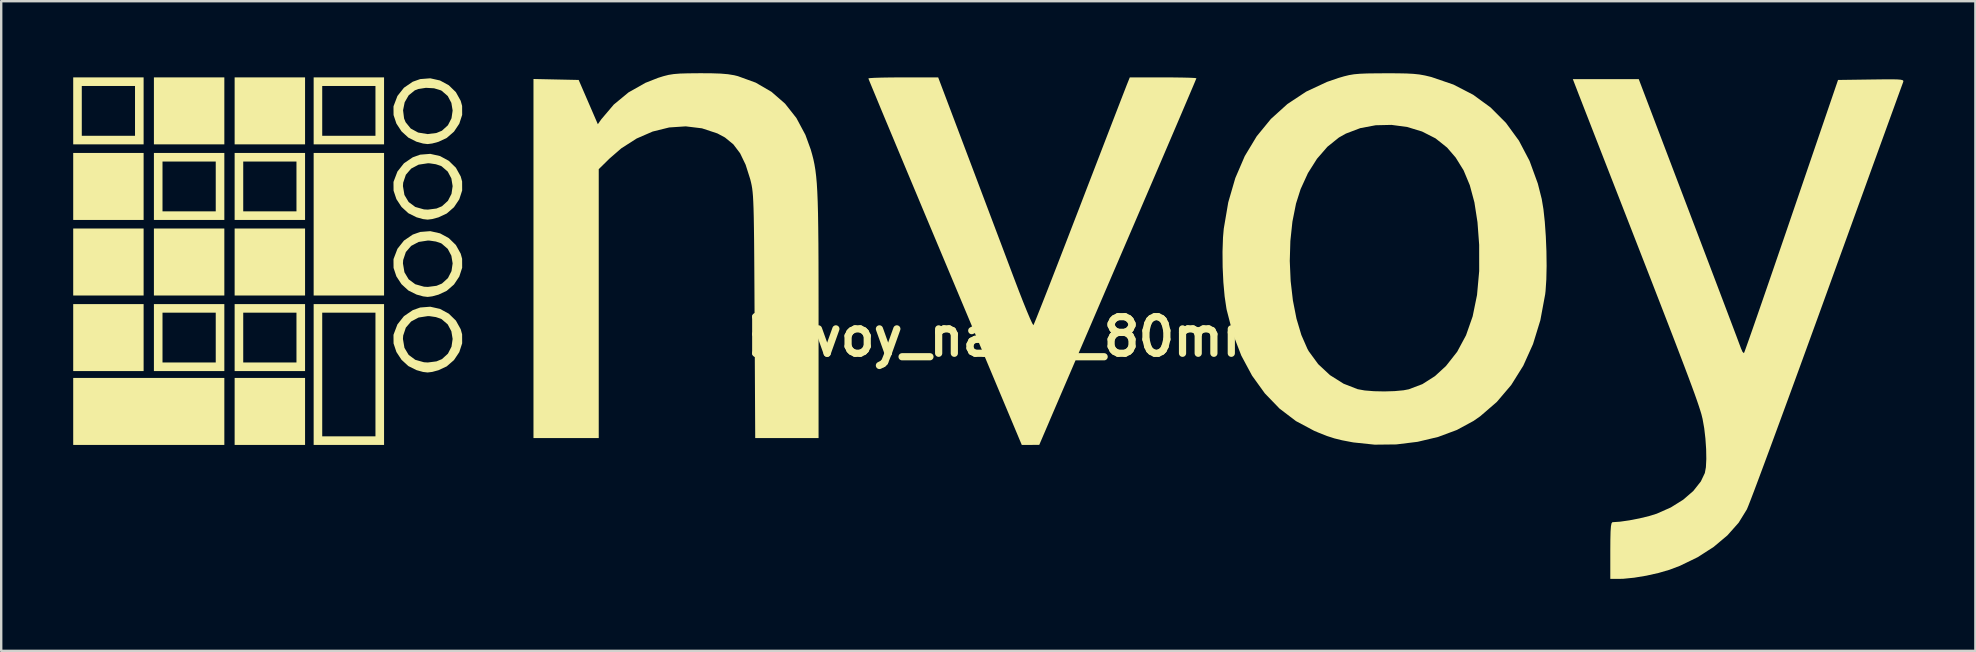
<source format=kicad_pcb>
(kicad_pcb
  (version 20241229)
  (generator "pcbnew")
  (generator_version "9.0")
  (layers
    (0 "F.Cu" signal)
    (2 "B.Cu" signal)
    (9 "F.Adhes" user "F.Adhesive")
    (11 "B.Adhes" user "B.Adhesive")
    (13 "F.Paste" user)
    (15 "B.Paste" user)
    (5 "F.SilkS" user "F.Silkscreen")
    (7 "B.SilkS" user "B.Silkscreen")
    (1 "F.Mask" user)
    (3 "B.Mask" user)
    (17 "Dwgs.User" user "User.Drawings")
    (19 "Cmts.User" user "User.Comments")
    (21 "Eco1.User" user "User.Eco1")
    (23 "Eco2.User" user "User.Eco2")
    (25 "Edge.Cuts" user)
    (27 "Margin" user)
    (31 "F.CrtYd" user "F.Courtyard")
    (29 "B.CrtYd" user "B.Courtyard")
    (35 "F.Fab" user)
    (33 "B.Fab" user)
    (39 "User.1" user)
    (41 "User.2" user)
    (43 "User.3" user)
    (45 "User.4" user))
  (footprint "Envoy_name_80mm"
    (layer "F.Cu")
    (at 38.994 10.978)
    (property "Reference" "Envoy_name_80mm" (at 0 0 0) (layer "F.SilkS") (effects (font (size 1.524 1.524) (thickness 0.3))))
    (attr board_only exclude_from_pos_files exclude_from_bom)
    (fp_poly (pts (xy -36.061 -4.865) (xy -38.994 -4.865) (xy -38.994 -7.656) (xy -36.061 -7.656)) (stroke (width 0) (type solid)) (fill yes) (layer "F.SilkS"))
    (fp_poly (pts (xy -36.061 -1.717) (xy -38.994 -1.717) (xy -38.994 -4.508) (xy -36.061 -4.508)) (stroke (width 0) (type solid)) (fill yes) (layer "F.SilkS"))
    (fp_poly (pts (xy -36.061 1.431) (xy -38.994 1.431) (xy -38.994 -1.359) (xy -36.061 -1.359)) (stroke (width 0) (type solid)) (fill yes) (layer "F.SilkS"))
    (fp_poly (pts (xy -32.698 -8.014) (xy -35.632 -8.014) (xy -35.632 -10.804) (xy -32.698 -10.804)) (stroke (width 0) (type solid)) (fill yes) (layer "F.SilkS"))
    (fp_poly (pts (xy -32.698 -1.717) (xy -35.632 -1.717) (xy -35.632 -4.508) (xy -32.698 -4.508)) (stroke (width 0) (type solid)) (fill yes) (layer "F.SilkS"))
    (fp_poly (pts (xy -32.698 4.508) (xy -38.994 4.508) (xy -38.994 1.717) (xy -32.698 1.717)) (stroke (width 0) (type solid)) (fill yes) (layer "F.SilkS"))
    (fp_poly (pts (xy -29.335 -8.014) (xy -32.269 -8.014) (xy -32.269 -10.804) (xy -29.335 -10.804)) (stroke (width 0) (type solid)) (fill yes) (layer "F.SilkS"))
    (fp_poly (pts (xy -29.335 -1.717) (xy -32.269 -1.717) (xy -32.269 -4.508) (xy -29.335 -4.508)) (stroke (width 0) (type solid)) (fill yes) (layer "F.SilkS"))
    (fp_poly (pts (xy -29.335 4.508) (xy -32.269 4.508) (xy -32.269 1.717) (xy -29.335 1.717)) (stroke (width 0) (type solid)) (fill yes) (layer "F.SilkS"))
    (fp_poly (pts (xy -26.044 -1.717) (xy -28.977 -1.717) (xy -28.977 -7.656) (xy -26.044 -7.656)) (stroke (width 0) (type solid)) (fill yes) (layer "F.SilkS"))
    (fp_poly (pts (xy -36.061 -8.014) (xy -38.994 -8.014) (xy -38.994 -8.371) (xy -38.637 -8.371) (xy -36.419 -8.371) (xy -36.419 -10.446) (xy -38.637 -10.446) (xy -38.637 -8.371) (xy -38.994 -8.371) (xy -38.994 -10.804) (xy -36.061 -10.804)) (stroke (width 0) (type solid)) (fill yes) (layer "F.SilkS"))
    (fp_poly (pts (xy -32.698 -4.865) (xy -35.632 -4.865) (xy -35.632 -5.223) (xy -35.274 -5.223) (xy -33.056 -5.223) (xy -33.056 -7.298) (xy -35.274 -7.298) (xy -35.274 -5.223) (xy -35.632 -5.223) (xy -35.632 -7.656) (xy -32.698 -7.656)) (stroke (width 0) (type solid)) (fill yes) (layer "F.SilkS"))
    (fp_poly (pts (xy -32.698 1.431) (xy -35.632 1.431) (xy -35.632 1.073) (xy -35.274 1.073) (xy -33.056 1.073) (xy -33.056 -1.002) (xy -35.274 -1.002) (xy -35.274 1.073) (xy -35.632 1.073) (xy -35.632 -1.359) (xy -32.698 -1.359)) (stroke (width 0) (type solid)) (fill yes) (layer "F.SilkS"))
    (fp_poly (pts (xy -29.335 -4.865) (xy -32.269 -4.865) (xy -32.269 -5.223) (xy -31.911 -5.223) (xy -29.693 -5.223) (xy -29.693 -7.298) (xy -31.911 -7.298) (xy -31.911 -5.223) (xy -32.269 -5.223) (xy -32.269 -7.656) (xy -29.335 -7.656)) (stroke (width 0) (type solid)) (fill yes) (layer "F.SilkS"))
    (fp_poly (pts (xy -29.335 1.431) (xy -32.269 1.431) (xy -32.269 1.073) (xy -31.911 1.073) (xy -29.693 1.073) (xy -29.693 -1.002) (xy -31.911 -1.002) (xy -31.911 1.073) (xy -32.269 1.073) (xy -32.269 -1.359) (xy -29.335 -1.359)) (stroke (width 0) (type solid)) (fill yes) (layer "F.SilkS"))
    (fp_poly (pts (xy -26.044 -8.014) (xy -28.977 -8.014) (xy -28.977 -8.371) (xy -28.62 -8.371) (xy -26.402 -8.371) (xy -26.402 -10.446) (xy -28.62 -10.446) (xy -28.62 -8.371) (xy -28.977 -8.371) (xy -28.977 -10.804) (xy -26.044 -10.804)) (stroke (width 0) (type solid)) (fill yes) (layer "F.SilkS"))
    (fp_poly (pts (xy -26.044 4.508) (xy -28.977 4.508) (xy -28.977 4.15) (xy -28.62 4.15) (xy -26.402 4.15) (xy -26.402 -1.002) (xy -28.62 -1.002) (xy -28.62 4.15) (xy -28.977 4.15) (xy -28.977 -1.359) (xy -26.044 -1.359)) (stroke (width 0) (type solid)) (fill yes) (layer "F.SilkS"))
    (fp_poly (pts (xy -23.713 -10.675) (xy -23.348 -10.477) (xy -23.052 -10.189) (xy -22.851 -9.828) (xy -22.792 -9.616) (xy -22.79 -9.241) (xy -22.91 -8.874) (xy -23.131 -8.543) (xy -23.434 -8.28) (xy -23.775 -8.121) (xy -24.037 -8.05) (xy -24.229 -8.026) (xy -24.418 -8.048) (xy -24.671 -8.118) (xy -24.694 -8.125) (xy -25.031 -8.294) (xy -25.317 -8.556) (xy -25.53 -8.881) (xy -25.648 -9.235) (xy -25.65 -9.434) (xy -25.252 -9.434) (xy -25.21 -9.093) (xy -25.146 -8.937) (xy -24.933 -8.674) (xy -24.624 -8.506) (xy -24.241 -8.444) (xy -24.219 -8.443) (xy -23.859 -8.489) (xy -23.633 -8.583) (xy -23.383 -8.81) (xy -23.234 -9.101) (xy -23.187 -9.423) (xy -23.24 -9.743) (xy -23.391 -10.028) (xy -23.642 -10.245) (xy -23.676 -10.264) (xy -23.96 -10.35) (xy -24.299 -10.369) (xy -24.622 -10.319) (xy -24.763 -10.264) (xy -25.018 -10.057) (xy -25.185 -9.768) (xy -25.252 -9.434) (xy -25.65 -9.434) (xy -25.651 -9.585) (xy -25.646 -9.611) (xy -25.487 -10.029) (xy -25.215 -10.373) (xy -24.849 -10.623) (xy -24.539 -10.733) (xy -24.119 -10.766)) (stroke (width 0) (type solid)) (fill yes) (layer "F.SilkS"))
    (fp_poly (pts (xy -23.713 -7.527) (xy -23.348 -7.329) (xy -23.052 -7.041) (xy -22.851 -6.679) (xy -22.792 -6.468) (xy -22.79 -6.093) (xy -22.91 -5.725) (xy -23.131 -5.395) (xy -23.434 -5.132) (xy -23.775 -4.973) (xy -24.037 -4.902) (xy -24.229 -4.878) (xy -24.418 -4.9) (xy -24.671 -4.97) (xy -24.694 -4.977) (xy -25.031 -5.145) (xy -25.317 -5.408) (xy -25.53 -5.733) (xy -25.648 -6.086) (xy -25.65 -6.275) (xy -25.257 -6.275) (xy -25.195 -5.905) (xy -25.019 -5.611) (xy -24.743 -5.406) (xy -24.38 -5.304) (xy -24.219 -5.295) (xy -23.859 -5.341) (xy -23.633 -5.435) (xy -23.383 -5.662) (xy -23.234 -5.953) (xy -23.187 -6.275) (xy -23.24 -6.595) (xy -23.391 -6.88) (xy -23.642 -7.097) (xy -23.676 -7.116) (xy -23.885 -7.185) (xy -24.144 -7.224) (xy -24.219 -7.226) (xy -24.605 -7.168) (xy -24.916 -7.003) (xy -25.136 -6.748) (xy -25.247 -6.418) (xy -25.257 -6.275) (xy -25.65 -6.275) (xy -25.651 -6.437) (xy -25.646 -6.463) (xy -25.487 -6.881) (xy -25.215 -7.225) (xy -24.849 -7.474) (xy -24.539 -7.585) (xy -24.119 -7.618)) (stroke (width 0) (type solid)) (fill yes) (layer "F.SilkS"))
    (fp_poly (pts (xy -23.713 -4.307) (xy -23.348 -4.109) (xy -23.052 -3.821) (xy -22.851 -3.46) (xy -22.792 -3.248) (xy -22.79 -2.873) (xy -22.91 -2.506) (xy -23.131 -2.175) (xy -23.434 -1.912) (xy -23.775 -1.753) (xy -24.037 -1.682) (xy -24.229 -1.658) (xy -24.418 -1.681) (xy -24.671 -1.751) (xy -24.694 -1.758) (xy -25.031 -1.926) (xy -25.317 -2.188) (xy -25.53 -2.513) (xy -25.648 -2.867) (xy -25.65 -3.055) (xy -25.257 -3.055) (xy -25.195 -2.685) (xy -25.019 -2.391) (xy -24.743 -2.186) (xy -24.38 -2.084) (xy -24.219 -2.075) (xy -23.859 -2.121) (xy -23.633 -2.215) (xy -23.383 -2.442) (xy -23.234 -2.733) (xy -23.187 -3.055) (xy -23.24 -3.375) (xy -23.391 -3.66) (xy -23.642 -3.877) (xy -23.676 -3.896) (xy -23.885 -3.966) (xy -24.144 -4.004) (xy -24.219 -4.007) (xy -24.605 -3.948) (xy -24.916 -3.783) (xy -25.136 -3.528) (xy -25.247 -3.198) (xy -25.257 -3.055) (xy -25.65 -3.055) (xy -25.651 -3.217) (xy -25.646 -3.244) (xy -25.487 -3.661) (xy -25.215 -4.005) (xy -24.849 -4.255) (xy -24.539 -4.365) (xy -24.119 -4.398)) (stroke (width 0) (type solid)) (fill yes) (layer "F.SilkS"))
    (fp_poly (pts (xy -23.713 -1.159) (xy -23.348 -0.961) (xy -23.052 -0.673) (xy -22.851 -0.312) (xy -22.792 -0.1) (xy -22.79 0.275) (xy -22.91 0.642) (xy -23.131 0.973) (xy -23.434 1.236) (xy -23.775 1.395) (xy -24.037 1.466) (xy -24.229 1.49) (xy -24.418 1.468) (xy -24.671 1.398) (xy -24.694 1.391) (xy -25.031 1.223) (xy -25.317 0.96) (xy -25.53 0.635) (xy -25.648 0.281) (xy -25.65 0.093) (xy -25.257 0.093) (xy -25.195 0.463) (xy -25.019 0.757) (xy -24.743 0.962) (xy -24.38 1.064) (xy -24.219 1.073) (xy -23.859 1.027) (xy -23.633 0.933) (xy -23.383 0.706) (xy -23.234 0.415) (xy -23.187 0.093) (xy -23.24 -0.227) (xy -23.391 -0.512) (xy -23.642 -0.729) (xy -23.676 -0.748) (xy -23.885 -0.818) (xy -24.144 -0.856) (xy -24.219 -0.859) (xy -24.605 -0.8) (xy -24.916 -0.635) (xy -25.136 -0.38) (xy -25.247 -0.05) (xy -25.257 0.093) (xy -25.65 0.093) (xy -25.651 -0.069) (xy -25.646 -0.095) (xy -25.487 -0.513) (xy -25.215 -0.857) (xy -24.849 -1.106) (xy -24.539 -1.217) (xy -24.119 -1.25)) (stroke (width 0) (type solid)) (fill yes) (layer "F.SilkS"))
    (fp_poly (pts (xy -12.412 -10.975) (xy -12.022 -10.962) (xy -11.715 -10.936) (xy -11.459 -10.894) (xy -11.305 -10.856) (xy -10.56 -10.585) (xy -9.903 -10.202) (xy -9.337 -9.709) (xy -8.865 -9.11) (xy -8.49 -8.409) (xy -8.268 -7.799) (xy -8.209 -7.592) (xy -8.157 -7.389) (xy -8.113 -7.178) (xy -8.075 -6.949) (xy -8.043 -6.69) (xy -8.016 -6.389) (xy -7.995 -6.037) (xy -7.978 -5.622) (xy -7.965 -5.133) (xy -7.956 -4.559) (xy -7.949 -3.888) (xy -7.945 -3.111) (xy -7.943 -2.215) (xy -7.942 -1.19) (xy -7.942 -0.912) (xy -7.942 4.221) (xy -10.581 4.221) (xy -10.608 -0.876) (xy -10.613 -1.855) (xy -10.618 -2.701) (xy -10.623 -3.427) (xy -10.628 -4.042) (xy -10.635 -4.557) (xy -10.642 -4.985) (xy -10.651 -5.335) (xy -10.662 -5.619) (xy -10.674 -5.847) (xy -10.69 -6.031) (xy -10.708 -6.182) (xy -10.73 -6.31) (xy -10.755 -6.427) (xy -10.784 -6.543) (xy -10.79 -6.566) (xy -10.981 -7.166) (xy -11.211 -7.643) (xy -11.493 -8.015) (xy -11.841 -8.3) (xy -12.156 -8.469) (xy -12.8 -8.682) (xy -13.476 -8.764) (xy -14.165 -8.718) (xy -14.853 -8.548) (xy -15.522 -8.257) (xy -16.158 -7.85) (xy -16.653 -7.421) (xy -17.1 -6.98) (xy -17.1 4.221) (xy -19.819 4.221) (xy -19.819 -10.737) (xy -17.936 -10.697) (xy -17.138 -8.854) (xy -16.994 -9.058) (xy -16.474 -9.671) (xy -15.859 -10.179) (xy -15.153 -10.578) (xy -14.632 -10.783) (xy -14.399 -10.856) (xy -14.192 -10.908) (xy -13.977 -10.942) (xy -13.721 -10.963) (xy -13.391 -10.973) (xy -12.953 -10.977) (xy -12.915 -10.978)) (stroke (width 0) (type solid)) (fill yes) (layer "F.SilkS"))
    (fp_poly (pts (xy -1.735 -7.566) (xy -1.457 -6.831) (xy -1.167 -6.062) (xy -0.874 -5.286) (xy -0.588 -4.528) (xy -0.318 -3.814) (xy -0.075 -3.169) (xy 0.132 -2.619) (xy 0.223 -2.379) (xy 0.411 -1.886) (xy 0.585 -1.442) (xy 0.738 -1.064) (xy 0.863 -0.768) (xy 0.954 -0.569) (xy 1.004 -0.484) (xy 1.01 -0.482) (xy 1.043 -0.557) (xy 1.124 -0.754) (xy 1.247 -1.063) (xy 1.41 -1.474) (xy 1.607 -1.975) (xy 1.834 -2.557) (xy 2.087 -3.209) (xy 2.362 -3.919) (xy 2.655 -4.678) (xy 2.921 -5.366) (xy 3.228 -6.166) (xy 3.524 -6.932) (xy 3.802 -7.654) (xy 4.059 -8.321) (xy 4.29 -8.92) (xy 4.491 -9.44) (xy 4.657 -9.87) (xy 4.785 -10.199) (xy 4.869 -10.415) (xy 4.902 -10.5) (xy 5.024 -10.804) (xy 6.411 -10.804) (xy 6.839 -10.802) (xy 7.214 -10.797) (xy 7.513 -10.79) (xy 7.715 -10.78) (xy 7.798 -10.769) (xy 7.799 -10.768) (xy 7.771 -10.699) (xy 7.691 -10.507) (xy 7.561 -10.201) (xy 7.386 -9.79) (xy 7.17 -9.283) (xy 6.916 -8.688) (xy 6.628 -8.015) (xy 6.31 -7.272) (xy 5.965 -6.467) (xy 5.597 -5.611) (xy 5.211 -4.711) (xy 4.931 -4.06) (xy 4.523 -3.112) (xy 4.125 -2.185) (xy 3.74 -1.289) (xy 3.374 -0.436) (xy 3.03 0.364) (xy 2.713 1.101) (xy 2.428 1.764) (xy 2.179 2.343) (xy 1.971 2.828) (xy 1.808 3.207) (xy 1.695 3.471) (xy 1.658 3.559) (xy 1.252 4.506) (xy 0.888 4.507) (xy 0.524 4.508) (xy -2.671 -3.106) (xy -3.087 -4.097) (xy -3.488 -5.052) (xy -3.868 -5.961) (xy -4.227 -6.817) (xy -4.559 -7.611) (xy -4.861 -8.335) (xy -5.131 -8.98) (xy -5.364 -9.539) (xy -5.556 -10.004) (xy -5.706 -10.365) (xy -5.809 -10.614) (xy -5.861 -10.744) (xy -5.867 -10.762) (xy -5.799 -10.774) (xy -5.609 -10.786) (xy -5.319 -10.795) (xy -4.949 -10.801) (xy -4.521 -10.804) (xy -4.413 -10.804) (xy -2.959 -10.804)) (stroke (width 0) (type solid)) (fill yes) (layer "F.SilkS"))
    (fp_poly (pts (xy 16.164 -10.974) (xy 16.545 -10.967) (xy 16.845 -10.951) (xy 17.092 -10.925) (xy 17.319 -10.884) (xy 17.554 -10.828) (xy 17.601 -10.815) (xy 18.509 -10.504) (xy 19.328 -10.081) (xy 20.058 -9.548) (xy 20.695 -8.909) (xy 21.236 -8.167) (xy 21.679 -7.323) (xy 22.022 -6.382) (xy 22.185 -5.74) (xy 22.256 -5.315) (xy 22.313 -4.786) (xy 22.355 -4.19) (xy 22.381 -3.566) (xy 22.389 -2.952) (xy 22.377 -2.385) (xy 22.345 -1.905) (xy 22.329 -1.767) (xy 22.128 -0.687) (xy 21.823 0.306) (xy 21.417 1.207) (xy 20.914 2.012) (xy 20.315 2.716) (xy 19.623 3.314) (xy 19.345 3.508) (xy 18.651 3.884) (xy 17.866 4.176) (xy 17.015 4.378) (xy 16.126 4.487) (xy 15.226 4.497) (xy 14.342 4.404) (xy 14.274 4.392) (xy 13.871 4.315) (xy 13.546 4.235) (xy 13.239 4.136) (xy 12.891 3.998) (xy 12.7 3.917) (xy 11.948 3.516) (xy 11.262 2.994) (xy 10.65 2.36) (xy 10.118 1.622) (xy 9.671 0.79) (xy 9.316 -0.129) (xy 9.06 -1.124) (xy 9.049 -1.181) (xy 8.975 -1.679) (xy 8.922 -2.271) (xy 8.892 -2.91) (xy 8.89 -3.155) (xy 11.689 -3.155) (xy 11.725 -2.321) (xy 11.819 -1.511) (xy 11.968 -0.753) (xy 12.171 -0.072) (xy 12.424 0.506) (xy 12.48 0.606) (xy 12.873 1.143) (xy 13.365 1.601) (xy 13.93 1.957) (xy 14.518 2.186) (xy 14.812 2.239) (xy 15.198 2.27) (xy 15.629 2.279) (xy 16.054 2.266) (xy 16.426 2.232) (xy 16.646 2.19) (xy 17.214 1.975) (xy 17.738 1.641) (xy 18.197 1.219) (xy 18.662 0.628) (xy 19.032 -0.06) (xy 19.308 -0.848) (xy 19.49 -1.739) (xy 19.58 -2.734) (xy 19.579 -3.828) (xy 19.509 -4.772) (xy 19.381 -5.597) (xy 19.189 -6.312) (xy 18.93 -6.932) (xy 18.599 -7.466) (xy 18.242 -7.88) (xy 17.762 -8.263) (xy 17.2 -8.549) (xy 16.579 -8.738) (xy 15.926 -8.825) (xy 15.266 -8.81) (xy 14.623 -8.689) (xy 14.023 -8.461) (xy 13.735 -8.298) (xy 13.258 -7.915) (xy 12.823 -7.414) (xy 12.446 -6.818) (xy 12.14 -6.149) (xy 11.949 -5.547) (xy 11.799 -4.795) (xy 11.713 -3.989) (xy 11.689 -3.155) (xy 8.89 -3.155) (xy 8.887 -3.547) (xy 8.907 -4.136) (xy 8.939 -4.502) (xy 9.126 -5.599) (xy 9.419 -6.608) (xy 9.814 -7.526) (xy 10.31 -8.349) (xy 10.903 -9.073) (xy 11.591 -9.695) (xy 12.371 -10.21) (xy 13.24 -10.616) (xy 13.717 -10.78) (xy 13.952 -10.849) (xy 14.159 -10.899) (xy 14.368 -10.934) (xy 14.608 -10.955) (xy 14.91 -10.968) (xy 15.303 -10.973) (xy 15.669 -10.975)) (stroke (width 0) (type solid)) (fill yes) (layer "F.SilkS"))
    (fp_poly (pts (xy 28.316 -5.241) (xy 28.64 -4.39) (xy 28.95 -3.574) (xy 29.243 -2.803) (xy 29.515 -2.087) (xy 29.761 -1.438) (xy 29.978 -0.865) (xy 30.162 -0.379) (xy 30.309 0.01) (xy 30.414 0.291) (xy 30.475 0.454) (xy 30.487 0.487) (xy 30.551 0.631) (xy 30.604 0.683) (xy 30.611 0.68) (xy 30.641 0.607) (xy 30.712 0.409) (xy 30.824 0.095) (xy 30.971 -0.324) (xy 31.15 -0.839) (xy 31.358 -1.438) (xy 31.591 -2.114) (xy 31.846 -2.854) (xy 32.119 -3.65) (xy 32.408 -4.491) (xy 32.592 -5.03) (xy 34.53 -10.697) (xy 35.912 -10.716) (xy 36.388 -10.722) (xy 36.74 -10.724) (xy 36.984 -10.72) (xy 37.138 -10.708) (xy 37.222 -10.688) (xy 37.252 -10.658) (xy 37.246 -10.616) (xy 37.243 -10.609) (xy 37.213 -10.527) (xy 37.137 -10.319) (xy 37.018 -9.992) (xy 36.86 -9.555) (xy 36.664 -9.016) (xy 36.435 -8.384) (xy 36.174 -7.665) (xy 35.885 -6.869) (xy 35.572 -6.003) (xy 35.236 -5.077) (xy 34.881 -4.096) (xy 34.509 -3.071) (xy 34.125 -2.009) (xy 34.084 -1.896) (xy 33.695 -0.822) (xy 33.315 0.221) (xy 32.95 1.225) (xy 32.601 2.18) (xy 32.271 3.079) (xy 31.965 3.912) (xy 31.685 4.672) (xy 31.434 5.349) (xy 31.216 5.934) (xy 31.034 6.42) (xy 30.89 6.797) (xy 30.788 7.057) (xy 30.732 7.192) (xy 30.731 7.194) (xy 30.389 7.749) (xy 29.922 8.275) (xy 29.347 8.758) (xy 28.681 9.186) (xy 27.941 9.545) (xy 27.511 9.708) (xy 27.055 9.841) (xy 26.546 9.955) (xy 26.037 10.039) (xy 25.585 10.084) (xy 25.426 10.088) (xy 25.042 10.088) (xy 25.042 8.908) (xy 25.045 8.45) (xy 25.053 8.118) (xy 25.069 7.898) (xy 25.093 7.774) (xy 25.127 7.728) (xy 25.134 7.727) (xy 25.444 7.706) (xy 25.837 7.65) (xy 26.26 7.568) (xy 26.662 7.47) (xy 26.976 7.373) (xy 27.564 7.112) (xy 28.078 6.791) (xy 28.501 6.425) (xy 28.814 6.029) (xy 28.981 5.678) (xy 29.025 5.438) (xy 29.042 5.094) (xy 29.035 4.684) (xy 29.005 4.245) (xy 28.955 3.813) (xy 28.886 3.424) (xy 28.838 3.229) (xy 28.79 3.072) (xy 28.73 2.885) (xy 28.654 2.661) (xy 28.559 2.392) (xy 28.441 2.07) (xy 28.299 1.688) (xy 28.129 1.237) (xy 27.928 0.71) (xy 27.694 0.098) (xy 27.422 -0.606) (xy 27.111 -1.409) (xy 26.757 -2.321) (xy 26.357 -3.348) (xy 25.909 -4.498) (xy 25.793 -4.795) (xy 25.477 -5.606) (xy 25.171 -6.39) (xy 24.881 -7.133) (xy 24.611 -7.826) (xy 24.366 -8.454) (xy 24.151 -9.007) (xy 23.969 -9.473) (xy 23.827 -9.839) (xy 23.727 -10.094) (xy 23.681 -10.214) (xy 23.481 -10.732) (xy 26.227 -10.732)) (stroke (width 0) (type solid)) (fill yes) (layer "F.SilkS")))
  (gr_rect
    (start -3 -3)
    (end 79.246 24.066)
    (stroke (width 0.1) (type default))
    (fill no)
    (layer "Edge.Cuts")))
</source>
